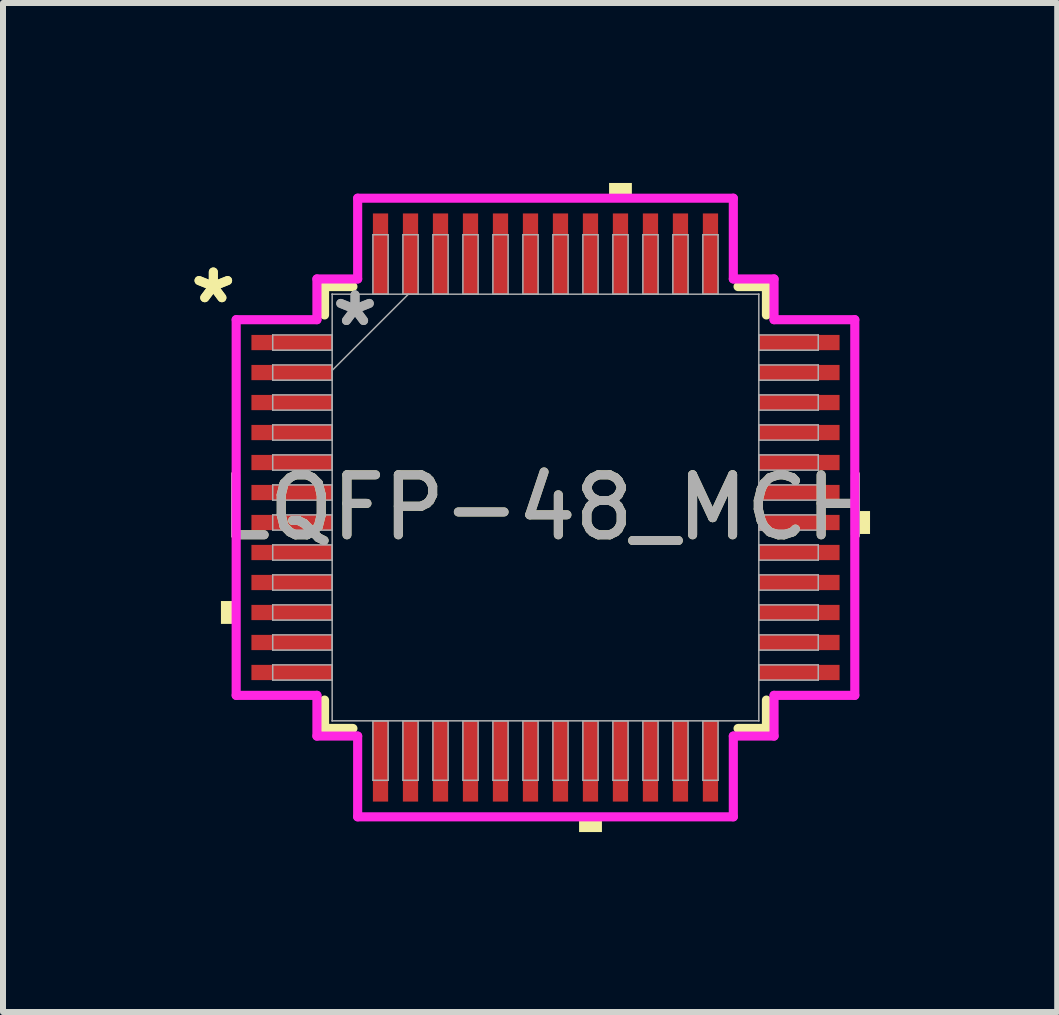
<source format=kicad_pcb>
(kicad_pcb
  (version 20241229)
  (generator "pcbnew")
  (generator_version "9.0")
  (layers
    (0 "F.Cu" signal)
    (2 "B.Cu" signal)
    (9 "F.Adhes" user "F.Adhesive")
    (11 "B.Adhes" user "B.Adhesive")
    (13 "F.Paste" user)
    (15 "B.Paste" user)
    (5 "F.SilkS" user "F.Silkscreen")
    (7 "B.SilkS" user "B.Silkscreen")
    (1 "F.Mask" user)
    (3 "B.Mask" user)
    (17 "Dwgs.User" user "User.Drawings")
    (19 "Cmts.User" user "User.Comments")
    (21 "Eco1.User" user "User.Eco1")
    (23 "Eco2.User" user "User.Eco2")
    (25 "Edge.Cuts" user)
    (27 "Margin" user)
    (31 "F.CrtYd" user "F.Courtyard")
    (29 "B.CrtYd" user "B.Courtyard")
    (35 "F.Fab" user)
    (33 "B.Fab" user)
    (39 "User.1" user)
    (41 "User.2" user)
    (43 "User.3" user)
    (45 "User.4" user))
  (footprint "LQFP-48_MCH"
    (layer "F.Cu")
    (at 6.043 5.41)
    (property "Reference" "LQFP-48_MCH" (at 0 0 0) (unlocked yes) (layer "F.SilkS") (effects (font (size 1 1) (thickness 0.15))))
    (attr smd)
    (fp_line (start -3.683 -3.683) (end -3.683 -3.21) (stroke (width 0.152) (type solid)) (layer "F.SilkS"))
    (fp_line (start -3.683 3.21) (end -3.683 3.683) (stroke (width 0.152) (type solid)) (layer "F.SilkS"))
    (fp_line (start -3.683 3.683) (end -3.21 3.683) (stroke (width 0.152) (type solid)) (layer "F.SilkS"))
    (fp_line (start -3.21 -3.683) (end -3.683 -3.683) (stroke (width 0.152) (type solid)) (layer "F.SilkS"))
    (fp_line (start 3.21 3.683) (end 3.683 3.683) (stroke (width 0.152) (type solid)) (layer "F.SilkS"))
    (fp_line (start 3.683 -3.683) (end 3.21 -3.683) (stroke (width 0.152) (type solid)) (layer "F.SilkS"))
    (fp_line (start 3.683 -3.21) (end 3.683 -3.683) (stroke (width 0.152) (type solid)) (layer "F.SilkS"))
    (fp_line (start 3.683 3.683) (end 3.683 3.21) (stroke (width 0.152) (type solid)) (layer "F.SilkS"))
    (fp_poly (pts (xy -5.41 1.559) (xy -5.41 1.94) (xy -5.156 1.94) (xy -5.156 1.559)) (stroke (width 0) (type solid)) (fill yes) (layer "F.SilkS"))
    (fp_poly (pts (xy 0.56 5.156) (xy 0.56 5.41) (xy 0.941 5.41) (xy 0.941 5.156)) (stroke (width 0) (type solid)) (fill yes) (layer "F.SilkS"))
    (fp_poly (pts (xy 1.06 -5.156) (xy 1.06 -5.41) (xy 1.44 -5.41) (xy 1.44 -5.156)) (stroke (width 0) (type solid)) (fill yes) (layer "F.SilkS"))
    (fp_poly (pts (xy 5.41 0.059) (xy 5.41 0.441) (xy 5.156 0.441) (xy 5.156 0.059)) (stroke (width 0) (type solid)) (fill yes) (layer "F.SilkS"))
    (fp_line (start -5.156 -3.131) (end -3.81 -3.131) (stroke (width 0.152) (type solid)) (layer "F.CrtYd"))
    (fp_line (start -5.156 3.131) (end -5.156 -3.131) (stroke (width 0.152) (type solid)) (layer "F.CrtYd"))
    (fp_line (start -3.81 -3.81) (end -3.131 -3.81) (stroke (width 0.152) (type solid)) (layer "F.CrtYd"))
    (fp_line (start -3.81 -3.131) (end -3.81 -3.81) (stroke (width 0.152) (type solid)) (layer "F.CrtYd"))
    (fp_line (start -3.81 3.131) (end -5.156 3.131) (stroke (width 0.152) (type solid)) (layer "F.CrtYd"))
    (fp_line (start -3.81 3.81) (end -3.81 3.131) (stroke (width 0.152) (type solid)) (layer "F.CrtYd"))
    (fp_line (start -3.81 3.81) (end -3.131 3.81) (stroke (width 0.152) (type solid)) (layer "F.CrtYd"))
    (fp_line (start -3.131 -5.156) (end 3.131 -5.156) (stroke (width 0.152) (type solid)) (layer "F.CrtYd"))
    (fp_line (start -3.131 -3.81) (end -3.131 -5.156) (stroke (width 0.152) (type solid)) (layer "F.CrtYd"))
    (fp_line (start -3.131 3.81) (end -3.131 5.156) (stroke (width 0.152) (type solid)) (layer "F.CrtYd"))
    (fp_line (start -3.131 5.156) (end 3.131 5.156) (stroke (width 0.152) (type solid)) (layer "F.CrtYd"))
    (fp_line (start 3.131 -5.156) (end 3.131 -3.81) (stroke (width 0.152) (type solid)) (layer "F.CrtYd"))
    (fp_line (start 3.131 -3.81) (end 3.81 -3.81) (stroke (width 0.152) (type solid)) (layer "F.CrtYd"))
    (fp_line (start 3.131 3.81) (end 3.81 3.81) (stroke (width 0.152) (type solid)) (layer "F.CrtYd"))
    (fp_line (start 3.131 5.156) (end 3.131 3.81) (stroke (width 0.152) (type solid)) (layer "F.CrtYd"))
    (fp_line (start 3.81 -3.131) (end 3.81 -3.81) (stroke (width 0.152) (type solid)) (layer "F.CrtYd"))
    (fp_line (start 3.81 3.131) (end 5.156 3.131) (stroke (width 0.152) (type solid)) (layer "F.CrtYd"))
    (fp_line (start 3.81 3.81) (end 3.81 3.131) (stroke (width 0.152) (type solid)) (layer "F.CrtYd"))
    (fp_line (start 5.156 -3.131) (end 3.81 -3.131) (stroke (width 0.152) (type solid)) (layer "F.CrtYd"))
    (fp_line (start 5.156 3.131) (end 5.156 -3.131) (stroke (width 0.152) (type solid)) (layer "F.CrtYd"))
    (fp_line (start -4.547 -2.877) (end -4.547 -2.623) (stroke (width 0.025) (type solid)) (layer "F.Fab"))
    (fp_line (start -4.547 -2.623) (end -3.556 -2.623) (stroke (width 0.025) (type solid)) (layer "F.Fab"))
    (fp_line (start -4.547 -2.377) (end -4.547 -2.123) (stroke (width 0.025) (type solid)) (layer "F.Fab"))
    (fp_line (start -4.547 -2.123) (end -3.556 -2.123) (stroke (width 0.025) (type solid)) (layer "F.Fab"))
    (fp_line (start -4.547 -1.877) (end -4.547 -1.623) (stroke (width 0.025) (type solid)) (layer "F.Fab"))
    (fp_line (start -4.547 -1.623) (end -3.556 -1.623) (stroke (width 0.025) (type solid)) (layer "F.Fab"))
    (fp_line (start -4.547 -1.377) (end -4.547 -1.123) (stroke (width 0.025) (type solid)) (layer "F.Fab"))
    (fp_line (start -4.547 -1.123) (end -3.556 -1.123) (stroke (width 0.025) (type solid)) (layer "F.Fab"))
    (fp_line (start -4.547 -0.877) (end -4.547 -0.623) (stroke (width 0.025) (type solid)) (layer "F.Fab"))
    (fp_line (start -4.547 -0.623) (end -3.556 -0.623) (stroke (width 0.025) (type solid)) (layer "F.Fab"))
    (fp_line (start -4.547 -0.377) (end -4.547 -0.123) (stroke (width 0.025) (type solid)) (layer "F.Fab"))
    (fp_line (start -4.547 -0.123) (end -3.556 -0.123) (stroke (width 0.025) (type solid)) (layer "F.Fab"))
    (fp_line (start -4.547 0.123) (end -4.547 0.377) (stroke (width 0.025) (type solid)) (layer "F.Fab"))
    (fp_line (start -4.547 0.377) (end -3.556 0.377) (stroke (width 0.025) (type solid)) (layer "F.Fab"))
    (fp_line (start -4.547 0.623) (end -4.547 0.877) (stroke (width 0.025) (type solid)) (layer "F.Fab"))
    (fp_line (start -4.547 0.877) (end -3.556 0.877) (stroke (width 0.025) (type solid)) (layer "F.Fab"))
    (fp_line (start -4.547 1.123) (end -4.547 1.377) (stroke (width 0.025) (type solid)) (layer "F.Fab"))
    (fp_line (start -4.547 1.377) (end -3.556 1.377) (stroke (width 0.025) (type solid)) (layer "F.Fab"))
    (fp_line (start -4.547 1.623) (end -4.547 1.877) (stroke (width 0.025) (type solid)) (layer "F.Fab"))
    (fp_line (start -4.547 1.877) (end -3.556 1.877) (stroke (width 0.025) (type solid)) (layer "F.Fab"))
    (fp_line (start -4.547 2.123) (end -4.547 2.377) (stroke (width 0.025) (type solid)) (layer "F.Fab"))
    (fp_line (start -4.547 2.377) (end -3.556 2.377) (stroke (width 0.025) (type solid)) (layer "F.Fab"))
    (fp_line (start -4.547 2.623) (end -4.547 2.877) (stroke (width 0.025) (type solid)) (layer "F.Fab"))
    (fp_line (start -4.547 2.877) (end -3.556 2.877) (stroke (width 0.025) (type solid)) (layer "F.Fab"))
    (fp_line (start -3.556 -3.556) (end -3.556 -3.556) (stroke (width 0.025) (type solid)) (layer "F.Fab"))
    (fp_line (start -3.556 -3.556) (end -3.556 3.556) (stroke (width 0.025) (type solid)) (layer "F.Fab"))
    (fp_line (start -3.556 -2.877) (end -4.547 -2.877) (stroke (width 0.025) (type solid)) (layer "F.Fab"))
    (fp_line (start -3.556 -2.623) (end -3.556 -2.877) (stroke (width 0.025) (type solid)) (layer "F.Fab"))
    (fp_line (start -3.556 -2.377) (end -4.547 -2.377) (stroke (width 0.025) (type solid)) (layer "F.Fab"))
    (fp_line (start -3.556 -2.286) (end -2.286 -3.556) (stroke (width 0.025) (type solid)) (layer "F.Fab"))
    (fp_line (start -3.556 -2.123) (end -3.556 -2.377) (stroke (width 0.025) (type solid)) (layer "F.Fab"))
    (fp_line (start -3.556 -1.877) (end -4.547 -1.877) (stroke (width 0.025) (type solid)) (layer "F.Fab"))
    (fp_line (start -3.556 -1.623) (end -3.556 -1.877) (stroke (width 0.025) (type solid)) (layer "F.Fab"))
    (fp_line (start -3.556 -1.377) (end -4.547 -1.377) (stroke (width 0.025) (type solid)) (layer "F.Fab"))
    (fp_line (start -3.556 -1.123) (end -3.556 -1.377) (stroke (width 0.025) (type solid)) (layer "F.Fab"))
    (fp_line (start -3.556 -0.877) (end -4.547 -0.877) (stroke (width 0.025) (type solid)) (layer "F.Fab"))
    (fp_line (start -3.556 -0.623) (end -3.556 -0.877) (stroke (width 0.025) (type solid)) (layer "F.Fab"))
    (fp_line (start -3.556 -0.377) (end -4.547 -0.377) (stroke (width 0.025) (type solid)) (layer "F.Fab"))
    (fp_line (start -3.556 -0.123) (end -3.556 -0.377) (stroke (width 0.025) (type solid)) (layer "F.Fab"))
    (fp_line (start -3.556 0.123) (end -4.547 0.123) (stroke (width 0.025) (type solid)) (layer "F.Fab"))
    (fp_line (start -3.556 0.377) (end -3.556 0.123) (stroke (width 0.025) (type solid)) (layer "F.Fab"))
    (fp_line (start -3.556 0.623) (end -4.547 0.623) (stroke (width 0.025) (type solid)) (layer "F.Fab"))
    (fp_line (start -3.556 0.877) (end -3.556 0.623) (stroke (width 0.025) (type solid)) (layer "F.Fab"))
    (fp_line (start -3.556 1.123) (end -4.547 1.123) (stroke (width 0.025) (type solid)) (layer "F.Fab"))
    (fp_line (start -3.556 1.377) (end -3.556 1.123) (stroke (width 0.025) (type solid)) (layer "F.Fab"))
    (fp_line (start -3.556 1.623) (end -4.547 1.623) (stroke (width 0.025) (type solid)) (layer "F.Fab"))
    (fp_line (start -3.556 1.877) (end -3.556 1.623) (stroke (width 0.025) (type solid)) (layer "F.Fab"))
    (fp_line (start -3.556 2.123) (end -4.547 2.123) (stroke (width 0.025) (type solid)) (layer "F.Fab"))
    (fp_line (start -3.556 2.377) (end -3.556 2.123) (stroke (width 0.025) (type solid)) (layer "F.Fab"))
    (fp_line (start -3.556 2.623) (end -4.547 2.623) (stroke (width 0.025) (type solid)) (layer "F.Fab"))
    (fp_line (start -3.556 2.877) (end -3.556 2.623) (stroke (width 0.025) (type solid)) (layer "F.Fab"))
    (fp_line (start -3.556 3.556) (end -3.556 3.556) (stroke (width 0.025) (type solid)) (layer "F.Fab"))
    (fp_line (start -3.556 3.556) (end 3.556 3.556) (stroke (width 0.025) (type solid)) (layer "F.Fab"))
    (fp_line (start -2.877 -4.547) (end -2.877 -3.556) (stroke (width 0.025) (type solid)) (layer "F.Fab"))
    (fp_line (start -2.877 -3.556) (end -2.623 -3.556) (stroke (width 0.025) (type solid)) (layer "F.Fab"))
    (fp_line (start -2.877 3.556) (end -2.877 4.547) (stroke (width 0.025) (type solid)) (layer "F.Fab"))
    (fp_line (start -2.877 4.547) (end -2.623 4.547) (stroke (width 0.025) (type solid)) (layer "F.Fab"))
    (fp_line (start -2.623 -4.547) (end -2.877 -4.547) (stroke (width 0.025) (type solid)) (layer "F.Fab"))
    (fp_line (start -2.623 -3.556) (end -2.623 -4.547) (stroke (width 0.025) (type solid)) (layer "F.Fab"))
    (fp_line (start -2.623 3.556) (end -2.877 3.556) (stroke (width 0.025) (type solid)) (layer "F.Fab"))
    (fp_line (start -2.623 4.547) (end -2.623 3.556) (stroke (width 0.025) (type solid)) (layer "F.Fab"))
    (fp_line (start -2.377 -4.547) (end -2.377 -3.556) (stroke (width 0.025) (type solid)) (layer "F.Fab"))
    (fp_line (start -2.377 -3.556) (end -2.123 -3.556) (stroke (width 0.025) (type solid)) (layer "F.Fab"))
    (fp_line (start -2.377 3.556) (end -2.377 4.547) (stroke (width 0.025) (type solid)) (layer "F.Fab"))
    (fp_line (start -2.377 4.547) (end -2.123 4.547) (stroke (width 0.025) (type solid)) (layer "F.Fab"))
    (fp_line (start -2.123 -4.547) (end -2.377 -4.547) (stroke (width 0.025) (type solid)) (layer "F.Fab"))
    (fp_line (start -2.123 -3.556) (end -2.123 -4.547) (stroke (width 0.025) (type solid)) (layer "F.Fab"))
    (fp_line (start -2.123 3.556) (end -2.377 3.556) (stroke (width 0.025) (type solid)) (layer "F.Fab"))
    (fp_line (start -2.123 4.547) (end -2.123 3.556) (stroke (width 0.025) (type solid)) (layer "F.Fab"))
    (fp_line (start -1.877 -4.547) (end -1.877 -3.556) (stroke (width 0.025) (type solid)) (layer "F.Fab"))
    (fp_line (start -1.877 -3.556) (end -1.623 -3.556) (stroke (width 0.025) (type solid)) (layer "F.Fab"))
    (fp_line (start -1.877 3.556) (end -1.877 4.547) (stroke (width 0.025) (type solid)) (layer "F.Fab"))
    (fp_line (start -1.877 4.547) (end -1.623 4.547) (stroke (width 0.025) (type solid)) (layer "F.Fab"))
    (fp_line (start -1.623 -4.547) (end -1.877 -4.547) (stroke (width 0.025) (type solid)) (layer "F.Fab"))
    (fp_line (start -1.623 -3.556) (end -1.623 -4.547) (stroke (width 0.025) (type solid)) (layer "F.Fab"))
    (fp_line (start -1.623 3.556) (end -1.877 3.556) (stroke (width 0.025) (type solid)) (layer "F.Fab"))
    (fp_line (start -1.623 4.547) (end -1.623 3.556) (stroke (width 0.025) (type solid)) (layer "F.Fab"))
    (fp_line (start -1.377 -4.547) (end -1.377 -3.556) (stroke (width 0.025) (type solid)) (layer "F.Fab"))
    (fp_line (start -1.377 -3.556) (end -1.123 -3.556) (stroke (width 0.025) (type solid)) (layer "F.Fab"))
    (fp_line (start -1.377 3.556) (end -1.377 4.547) (stroke (width 0.025) (type solid)) (layer "F.Fab"))
    (fp_line (start -1.377 4.547) (end -1.123 4.547) (stroke (width 0.025) (type solid)) (layer "F.Fab"))
    (fp_line (start -1.123 -4.547) (end -1.377 -4.547) (stroke (width 0.025) (type solid)) (layer "F.Fab"))
    (fp_line (start -1.123 -3.556) (end -1.123 -4.547) (stroke (width 0.025) (type solid)) (layer "F.Fab"))
    (fp_line (start -1.123 3.556) (end -1.377 3.556) (stroke (width 0.025) (type solid)) (layer "F.Fab"))
    (fp_line (start -1.123 4.547) (end -1.123 3.556) (stroke (width 0.025) (type solid)) (layer "F.Fab"))
    (fp_line (start -0.877 -4.547) (end -0.877 -3.556) (stroke (width 0.025) (type solid)) (layer "F.Fab"))
    (fp_line (start -0.877 -3.556) (end -0.623 -3.556) (stroke (width 0.025) (type solid)) (layer "F.Fab"))
    (fp_line (start -0.877 3.556) (end -0.877 4.547) (stroke (width 0.025) (type solid)) (layer "F.Fab"))
    (fp_line (start -0.877 4.547) (end -0.623 4.547) (stroke (width 0.025) (type solid)) (layer "F.Fab"))
    (fp_line (start -0.623 -4.547) (end -0.877 -4.547) (stroke (width 0.025) (type solid)) (layer "F.Fab"))
    (fp_line (start -0.623 -3.556) (end -0.623 -4.547) (stroke (width 0.025) (type solid)) (layer "F.Fab"))
    (fp_line (start -0.623 3.556) (end -0.877 3.556) (stroke (width 0.025) (type solid)) (layer "F.Fab"))
    (fp_line (start -0.623 4.547) (end -0.623 3.556) (stroke (width 0.025) (type solid)) (layer "F.Fab"))
    (fp_line (start -0.377 -4.547) (end -0.377 -3.556) (stroke (width 0.025) (type solid)) (layer "F.Fab"))
    (fp_line (start -0.377 -3.556) (end -0.123 -3.556) (stroke (width 0.025) (type solid)) (layer "F.Fab"))
    (fp_line (start -0.377 3.556) (end -0.377 4.547) (stroke (width 0.025) (type solid)) (layer "F.Fab"))
    (fp_line (start -0.377 4.547) (end -0.123 4.547) (stroke (width 0.025) (type solid)) (layer "F.Fab"))
    (fp_line (start -0.123 -4.547) (end -0.377 -4.547) (stroke (width 0.025) (type solid)) (layer "F.Fab"))
    (fp_line (start -0.123 -3.556) (end -0.123 -4.547) (stroke (width 0.025) (type solid)) (layer "F.Fab"))
    (fp_line (start -0.123 3.556) (end -0.377 3.556) (stroke (width 0.025) (type solid)) (layer "F.Fab"))
    (fp_line (start -0.123 4.547) (end -0.123 3.556) (stroke (width 0.025) (type solid)) (layer "F.Fab"))
    (fp_line (start 0.123 -4.547) (end 0.123 -3.556) (stroke (width 0.025) (type solid)) (layer "F.Fab"))
    (fp_line (start 0.123 -3.556) (end 0.377 -3.556) (stroke (width 0.025) (type solid)) (layer "F.Fab"))
    (fp_line (start 0.123 3.556) (end 0.123 4.547) (stroke (width 0.025) (type solid)) (layer "F.Fab"))
    (fp_line (start 0.123 4.547) (end 0.377 4.547) (stroke (width 0.025) (type solid)) (layer "F.Fab"))
    (fp_line (start 0.377 -4.547) (end 0.123 -4.547) (stroke (width 0.025) (type solid)) (layer "F.Fab"))
    (fp_line (start 0.377 -3.556) (end 0.377 -4.547) (stroke (width 0.025) (type solid)) (layer "F.Fab"))
    (fp_line (start 0.377 3.556) (end 0.123 3.556) (stroke (width 0.025) (type solid)) (layer "F.Fab"))
    (fp_line (start 0.377 4.547) (end 0.377 3.556) (stroke (width 0.025) (type solid)) (layer "F.Fab"))
    (fp_line (start 0.623 -4.547) (end 0.623 -3.556) (stroke (width 0.025) (type solid)) (layer "F.Fab"))
    (fp_line (start 0.623 -3.556) (end 0.877 -3.556) (stroke (width 0.025) (type solid)) (layer "F.Fab"))
    (fp_line (start 0.623 3.556) (end 0.623 4.547) (stroke (width 0.025) (type solid)) (layer "F.Fab"))
    (fp_line (start 0.623 4.547) (end 0.877 4.547) (stroke (width 0.025) (type solid)) (layer "F.Fab"))
    (fp_line (start 0.877 -4.547) (end 0.623 -4.547) (stroke (width 0.025) (type solid)) (layer "F.Fab"))
    (fp_line (start 0.877 -3.556) (end 0.877 -4.547) (stroke (width 0.025) (type solid)) (layer "F.Fab"))
    (fp_line (start 0.877 3.556) (end 0.623 3.556) (stroke (width 0.025) (type solid)) (layer "F.Fab"))
    (fp_line (start 0.877 4.547) (end 0.877 3.556) (stroke (width 0.025) (type solid)) (layer "F.Fab"))
    (fp_line (start 1.123 -4.547) (end 1.123 -3.556) (stroke (width 0.025) (type solid)) (layer "F.Fab"))
    (fp_line (start 1.123 -3.556) (end 1.377 -3.556) (stroke (width 0.025) (type solid)) (layer "F.Fab"))
    (fp_line (start 1.123 3.556) (end 1.123 4.547) (stroke (width 0.025) (type solid)) (layer "F.Fab"))
    (fp_line (start 1.123 4.547) (end 1.377 4.547) (stroke (width 0.025) (type solid)) (layer "F.Fab"))
    (fp_line (start 1.377 -4.547) (end 1.123 -4.547) (stroke (width 0.025) (type solid)) (layer "F.Fab"))
    (fp_line (start 1.377 -3.556) (end 1.377 -4.547) (stroke (width 0.025) (type solid)) (layer "F.Fab"))
    (fp_line (start 1.377 3.556) (end 1.123 3.556) (stroke (width 0.025) (type solid)) (layer "F.Fab"))
    (fp_line (start 1.377 4.547) (end 1.377 3.556) (stroke (width 0.025) (type solid)) (layer "F.Fab"))
    (fp_line (start 1.623 -4.547) (end 1.623 -3.556) (stroke (width 0.025) (type solid)) (layer "F.Fab"))
    (fp_line (start 1.623 -3.556) (end 1.877 -3.556) (stroke (width 0.025) (type solid)) (layer "F.Fab"))
    (fp_line (start 1.623 3.556) (end 1.623 4.547) (stroke (width 0.025) (type solid)) (layer "F.Fab"))
    (fp_line (start 1.623 4.547) (end 1.877 4.547) (stroke (width 0.025) (type solid)) (layer "F.Fab"))
    (fp_line (start 1.877 -4.547) (end 1.623 -4.547) (stroke (width 0.025) (type solid)) (layer "F.Fab"))
    (fp_line (start 1.877 -3.556) (end 1.877 -4.547) (stroke (width 0.025) (type solid)) (layer "F.Fab"))
    (fp_line (start 1.877 3.556) (end 1.623 3.556) (stroke (width 0.025) (type solid)) (layer "F.Fab"))
    (fp_line (start 1.877 4.547) (end 1.877 3.556) (stroke (width 0.025) (type solid)) (layer "F.Fab"))
    (fp_line (start 2.123 -4.547) (end 2.123 -3.556) (stroke (width 0.025) (type solid)) (layer "F.Fab"))
    (fp_line (start 2.123 -3.556) (end 2.377 -3.556) (stroke (width 0.025) (type solid)) (layer "F.Fab"))
    (fp_line (start 2.123 3.556) (end 2.123 4.547) (stroke (width 0.025) (type solid)) (layer "F.Fab"))
    (fp_line (start 2.123 4.547) (end 2.377 4.547) (stroke (width 0.025) (type solid)) (layer "F.Fab"))
    (fp_line (start 2.377 -4.547) (end 2.123 -4.547) (stroke (width 0.025) (type solid)) (layer "F.Fab"))
    (fp_line (start 2.377 -3.556) (end 2.377 -4.547) (stroke (width 0.025) (type solid)) (layer "F.Fab"))
    (fp_line (start 2.377 3.556) (end 2.123 3.556) (stroke (width 0.025) (type solid)) (layer "F.Fab"))
    (fp_line (start 2.377 4.547) (end 2.377 3.556) (stroke (width 0.025) (type solid)) (layer "F.Fab"))
    (fp_line (start 2.623 -4.547) (end 2.623 -3.556) (stroke (width 0.025) (type solid)) (layer "F.Fab"))
    (fp_line (start 2.623 -3.556) (end 2.877 -3.556) (stroke (width 0.025) (type solid)) (layer "F.Fab"))
    (fp_line (start 2.623 3.556) (end 2.623 4.547) (stroke (width 0.025) (type solid)) (layer "F.Fab"))
    (fp_line (start 2.623 4.547) (end 2.877 4.547) (stroke (width 0.025) (type solid)) (layer "F.Fab"))
    (fp_line (start 2.877 -4.547) (end 2.623 -4.547) (stroke (width 0.025) (type solid)) (layer "F.Fab"))
    (fp_line (start 2.877 -3.556) (end 2.877 -4.547) (stroke (width 0.025) (type solid)) (layer "F.Fab"))
    (fp_line (start 2.877 3.556) (end 2.623 3.556) (stroke (width 0.025) (type solid)) (layer "F.Fab"))
    (fp_line (start 2.877 4.547) (end 2.877 3.556) (stroke (width 0.025) (type solid)) (layer "F.Fab"))
    (fp_line (start 3.556 -3.556) (end -3.556 -3.556) (stroke (width 0.025) (type solid)) (layer "F.Fab"))
    (fp_line (start 3.556 -3.556) (end 3.556 -3.556) (stroke (width 0.025) (type solid)) (layer "F.Fab"))
    (fp_line (start 3.556 -2.877) (end 3.556 -2.623) (stroke (width 0.025) (type solid)) (layer "F.Fab"))
    (fp_line (start 3.556 -2.623) (end 4.547 -2.623) (stroke (width 0.025) (type solid)) (layer "F.Fab"))
    (fp_line (start 3.556 -2.377) (end 3.556 -2.123) (stroke (width 0.025) (type solid)) (layer "F.Fab"))
    (fp_line (start 3.556 -2.123) (end 4.547 -2.123) (stroke (width 0.025) (type solid)) (layer "F.Fab"))
    (fp_line (start 3.556 -1.877) (end 3.556 -1.623) (stroke (width 0.025) (type solid)) (layer "F.Fab"))
    (fp_line (start 3.556 -1.623) (end 4.547 -1.623) (stroke (width 0.025) (type solid)) (layer "F.Fab"))
    (fp_line (start 3.556 -1.377) (end 3.556 -1.123) (stroke (width 0.025) (type solid)) (layer "F.Fab"))
    (fp_line (start 3.556 -1.123) (end 4.547 -1.123) (stroke (width 0.025) (type solid)) (layer "F.Fab"))
    (fp_line (start 3.556 -0.877) (end 3.556 -0.623) (stroke (width 0.025) (type solid)) (layer "F.Fab"))
    (fp_line (start 3.556 -0.623) (end 4.547 -0.623) (stroke (width 0.025) (type solid)) (layer "F.Fab"))
    (fp_line (start 3.556 -0.377) (end 3.556 -0.123) (stroke (width 0.025) (type solid)) (layer "F.Fab"))
    (fp_line (start 3.556 -0.123) (end 4.547 -0.123) (stroke (width 0.025) (type solid)) (layer "F.Fab"))
    (fp_line (start 3.556 0.123) (end 3.556 0.377) (stroke (width 0.025) (type solid)) (layer "F.Fab"))
    (fp_line (start 3.556 0.377) (end 4.547 0.377) (stroke (width 0.025) (type solid)) (layer "F.Fab"))
    (fp_line (start 3.556 0.623) (end 3.556 0.877) (stroke (width 0.025) (type solid)) (layer "F.Fab"))
    (fp_line (start 3.556 0.877) (end 4.547 0.877) (stroke (width 0.025) (type solid)) (layer "F.Fab"))
    (fp_line (start 3.556 1.123) (end 3.556 1.377) (stroke (width 0.025) (type solid)) (layer "F.Fab"))
    (fp_line (start 3.556 1.377) (end 4.547 1.377) (stroke (width 0.025) (type solid)) (layer "F.Fab"))
    (fp_line (start 3.556 1.623) (end 3.556 1.877) (stroke (width 0.025) (type solid)) (layer "F.Fab"))
    (fp_line (start 3.556 1.877) (end 4.547 1.877) (stroke (width 0.025) (type solid)) (layer "F.Fab"))
    (fp_line (start 3.556 2.123) (end 3.556 2.377) (stroke (width 0.025) (type solid)) (layer "F.Fab"))
    (fp_line (start 3.556 2.377) (end 4.547 2.377) (stroke (width 0.025) (type solid)) (layer "F.Fab"))
    (fp_line (start 3.556 2.623) (end 3.556 2.877) (stroke (width 0.025) (type solid)) (layer "F.Fab"))
    (fp_line (start 3.556 2.877) (end 4.547 2.877) (stroke (width 0.025) (type solid)) (layer "F.Fab"))
    (fp_line (start 3.556 3.556) (end 3.556 -3.556) (stroke (width 0.025) (type solid)) (layer "F.Fab"))
    (fp_line (start 3.556 3.556) (end 3.556 3.556) (stroke (width 0.025) (type solid)) (layer "F.Fab"))
    (fp_line (start 4.547 -2.877) (end 3.556 -2.877) (stroke (width 0.025) (type solid)) (layer "F.Fab"))
    (fp_line (start 4.547 -2.623) (end 4.547 -2.877) (stroke (width 0.025) (type solid)) (layer "F.Fab"))
    (fp_line (start 4.547 -2.377) (end 3.556 -2.377) (stroke (width 0.025) (type solid)) (layer "F.Fab"))
    (fp_line (start 4.547 -2.123) (end 4.547 -2.377) (stroke (width 0.025) (type solid)) (layer "F.Fab"))
    (fp_line (start 4.547 -1.877) (end 3.556 -1.877) (stroke (width 0.025) (type solid)) (layer "F.Fab"))
    (fp_line (start 4.547 -1.623) (end 4.547 -1.877) (stroke (width 0.025) (type solid)) (layer "F.Fab"))
    (fp_line (start 4.547 -1.377) (end 3.556 -1.377) (stroke (width 0.025) (type solid)) (layer "F.Fab"))
    (fp_line (start 4.547 -1.123) (end 4.547 -1.377) (stroke (width 0.025) (type solid)) (layer "F.Fab"))
    (fp_line (start 4.547 -0.877) (end 3.556 -0.877) (stroke (width 0.025) (type solid)) (layer "F.Fab"))
    (fp_line (start 4.547 -0.623) (end 4.547 -0.877) (stroke (width 0.025) (type solid)) (layer "F.Fab"))
    (fp_line (start 4.547 -0.377) (end 3.556 -0.377) (stroke (width 0.025) (type solid)) (layer "F.Fab"))
    (fp_line (start 4.547 -0.123) (end 4.547 -0.377) (stroke (width 0.025) (type solid)) (layer "F.Fab"))
    (fp_line (start 4.547 0.123) (end 3.556 0.123) (stroke (width 0.025) (type solid)) (layer "F.Fab"))
    (fp_line (start 4.547 0.377) (end 4.547 0.123) (stroke (width 0.025) (type solid)) (layer "F.Fab"))
    (fp_line (start 4.547 0.623) (end 3.556 0.623) (stroke (width 0.025) (type solid)) (layer "F.Fab"))
    (fp_line (start 4.547 0.877) (end 4.547 0.623) (stroke (width 0.025) (type solid)) (layer "F.Fab"))
    (fp_line (start 4.547 1.123) (end 3.556 1.123) (stroke (width 0.025) (type solid)) (layer "F.Fab"))
    (fp_line (start 4.547 1.377) (end 4.547 1.123) (stroke (width 0.025) (type solid)) (layer "F.Fab"))
    (fp_line (start 4.547 1.623) (end 3.556 1.623) (stroke (width 0.025) (type solid)) (layer "F.Fab"))
    (fp_line (start 4.547 1.877) (end 4.547 1.623) (stroke (width 0.025) (type solid)) (layer "F.Fab"))
    (fp_line (start 4.547 2.123) (end 3.556 2.123) (stroke (width 0.025) (type solid)) (layer "F.Fab"))
    (fp_line (start 4.547 2.377) (end 4.547 2.123) (stroke (width 0.025) (type solid)) (layer "F.Fab"))
    (fp_line (start 4.547 2.623) (end 3.556 2.623) (stroke (width 0.025) (type solid)) (layer "F.Fab"))
    (fp_line (start 4.547 2.877) (end 4.547 2.623) (stroke (width 0.025) (type solid)) (layer "F.Fab"))
    (fp_text user "*" (at -5.537 -3.381 0) (layer "F.SilkS") (effects (font (size 1 1) (thickness 0.15))))
    (fp_text user "*" (at -5.537 -3.381 0) (unlocked yes) (layer "F.SilkS") (effects (font (size 1 1) (thickness 0.15))))
    (fp_text user "*" (at -3.175 -3 0) (layer "F.Fab") (effects (font (size 1 1) (thickness 0.15))))
    (fp_text user "${REFERENCE}" (at 0 0 0) (unlocked yes) (layer "F.Fab") (effects (font (size 1 1) (thickness 0.15))))
    (fp_text user "*" (at -3.175 -3 0) (unlocked yes) (layer "F.Fab") (effects (font (size 1 1) (thickness 0.15))))
    (pad "1" smd rect (at -4.229 -2.75 90) (size 0.254 1.346) (layers "F.Cu" "F.Mask" "F.Paste"))
    (pad "2" smd rect (at -4.229 -2.25 90) (size 0.254 1.346) (layers "F.Cu" "F.Mask" "F.Paste"))
    (pad "3" smd rect (at -4.229 -1.75 90) (size 0.254 1.346) (layers "F.Cu" "F.Mask" "F.Paste"))
    (pad "4" smd rect (at -4.229 -1.25 90) (size 0.254 1.346) (layers "F.Cu" "F.Mask" "F.Paste"))
    (pad "5" smd rect (at -4.229 -0.75 90) (size 0.254 1.346) (layers "F.Cu" "F.Mask" "F.Paste"))
    (pad "6" smd rect (at -4.229 -0.25 90) (size 0.254 1.346) (layers "F.Cu" "F.Mask" "F.Paste"))
    (pad "7" smd rect (at -4.229 0.25 90) (size 0.254 1.346) (layers "F.Cu" "F.Mask" "F.Paste"))
    (pad "8" smd rect (at -4.229 0.75 90) (size 0.254 1.346) (layers "F.Cu" "F.Mask" "F.Paste"))
    (pad "9" smd rect (at -4.229 1.25 90) (size 0.254 1.346) (layers "F.Cu" "F.Mask" "F.Paste"))
    (pad "10" smd rect (at -4.229 1.75 90) (size 0.254 1.346) (layers "F.Cu" "F.Mask" "F.Paste"))
    (pad "11" smd rect (at -4.229 2.25 90) (size 0.254 1.346) (layers "F.Cu" "F.Mask" "F.Paste"))
    (pad "12" smd rect (at -4.229 2.75 90) (size 0.254 1.346) (layers "F.Cu" "F.Mask" "F.Paste"))
    (pad "13" smd rect (at -2.75 4.229) (size 0.254 1.346) (layers "F.Cu" "F.Mask" "F.Paste"))
    (pad "14" smd rect (at -2.25 4.229) (size 0.254 1.346) (layers "F.Cu" "F.Mask" "F.Paste"))
    (pad "15" smd rect (at -1.75 4.229) (size 0.254 1.346) (layers "F.Cu" "F.Mask" "F.Paste"))
    (pad "16" smd rect (at -1.25 4.229) (size 0.254 1.346) (layers "F.Cu" "F.Mask" "F.Paste"))
    (pad "17" smd rect (at -0.75 4.229) (size 0.254 1.346) (layers "F.Cu" "F.Mask" "F.Paste"))
    (pad "18" smd rect (at -0.25 4.229) (size 0.254 1.346) (layers "F.Cu" "F.Mask" "F.Paste"))
    (pad "19" smd rect (at 0.25 4.229) (size 0.254 1.346) (layers "F.Cu" "F.Mask" "F.Paste"))
    (pad "20" smd rect (at 0.75 4.229) (size 0.254 1.346) (layers "F.Cu" "F.Mask" "F.Paste"))
    (pad "21" smd rect (at 1.25 4.229) (size 0.254 1.346) (layers "F.Cu" "F.Mask" "F.Paste"))
    (pad "22" smd rect (at 1.75 4.229) (size 0.254 1.346) (layers "F.Cu" "F.Mask" "F.Paste"))
    (pad "23" smd rect (at 2.25 4.229) (size 0.254 1.346) (layers "F.Cu" "F.Mask" "F.Paste"))
    (pad "24" smd rect (at 2.75 4.229) (size 0.254 1.346) (layers "F.Cu" "F.Mask" "F.Paste"))
    (pad "25" smd rect (at 4.229 2.75 90) (size 0.254 1.346) (layers "F.Cu" "F.Mask" "F.Paste"))
    (pad "26" smd rect (at 4.229 2.25 90) (size 0.254 1.346) (layers "F.Cu" "F.Mask" "F.Paste"))
    (pad "27" smd rect (at 4.229 1.75 90) (size 0.254 1.346) (layers "F.Cu" "F.Mask" "F.Paste"))
    (pad "28" smd rect (at 4.229 1.25 90) (size 0.254 1.346) (layers "F.Cu" "F.Mask" "F.Paste"))
    (pad "29" smd rect (at 4.229 0.75 90) (size 0.254 1.346) (layers "F.Cu" "F.Mask" "F.Paste"))
    (pad "30" smd rect (at 4.229 0.25 90) (size 0.254 1.346) (layers "F.Cu" "F.Mask" "F.Paste"))
    (pad "31" smd rect (at 4.229 -0.25 90) (size 0.254 1.346) (layers "F.Cu" "F.Mask" "F.Paste"))
    (pad "32" smd rect (at 4.229 -0.75 90) (size 0.254 1.346) (layers "F.Cu" "F.Mask" "F.Paste"))
    (pad "33" smd rect (at 4.229 -1.25 90) (size 0.254 1.346) (layers "F.Cu" "F.Mask" "F.Paste"))
    (pad "34" smd rect (at 4.229 -1.75 90) (size 0.254 1.346) (layers "F.Cu" "F.Mask" "F.Paste"))
    (pad "35" smd rect (at 4.229 -2.25 90) (size 0.254 1.346) (layers "F.Cu" "F.Mask" "F.Paste"))
    (pad "36" smd rect (at 4.229 -2.75 90) (size 0.254 1.346) (layers "F.Cu" "F.Mask" "F.Paste"))
    (pad "37" smd rect (at 2.75 -4.229) (size 0.254 1.346) (layers "F.Cu" "F.Mask" "F.Paste"))
    (pad "38" smd rect (at 2.25 -4.229) (size 0.254 1.346) (layers "F.Cu" "F.Mask" "F.Paste"))
    (pad "39" smd rect (at 1.75 -4.229) (size 0.254 1.346) (layers "F.Cu" "F.Mask" "F.Paste"))
    (pad "40" smd rect (at 1.25 -4.229) (size 0.254 1.346) (layers "F.Cu" "F.Mask" "F.Paste"))
    (pad "41" smd rect (at 0.75 -4.229) (size 0.254 1.346) (layers "F.Cu" "F.Mask" "F.Paste"))
    (pad "42" smd rect (at 0.25 -4.229) (size 0.254 1.346) (layers "F.Cu" "F.Mask" "F.Paste"))
    (pad "43" smd rect (at -0.25 -4.229) (size 0.254 1.346) (layers "F.Cu" "F.Mask" "F.Paste"))
    (pad "44" smd rect (at -0.75 -4.229) (size 0.254 1.346) (layers "F.Cu" "F.Mask" "F.Paste"))
    (pad "45" smd rect (at -1.25 -4.229) (size 0.254 1.346) (layers "F.Cu" "F.Mask" "F.Paste"))
    (pad "46" smd rect (at -1.75 -4.229) (size 0.254 1.346) (layers "F.Cu" "F.Mask" "F.Paste"))
    (pad "47" smd rect (at -2.25 -4.229) (size 0.254 1.346) (layers "F.Cu" "F.Mask" "F.Paste"))
    (pad "48" smd rect (at -2.75 -4.229) (size 0.254 1.346) (layers "F.Cu" "F.Mask" "F.Paste")))
  (gr_rect
    (start -3 -3)
    (end 14.573 13.82)
    (stroke (width 0.1) (type default))
    (fill no)
    (layer "Edge.Cuts")))
</source>
